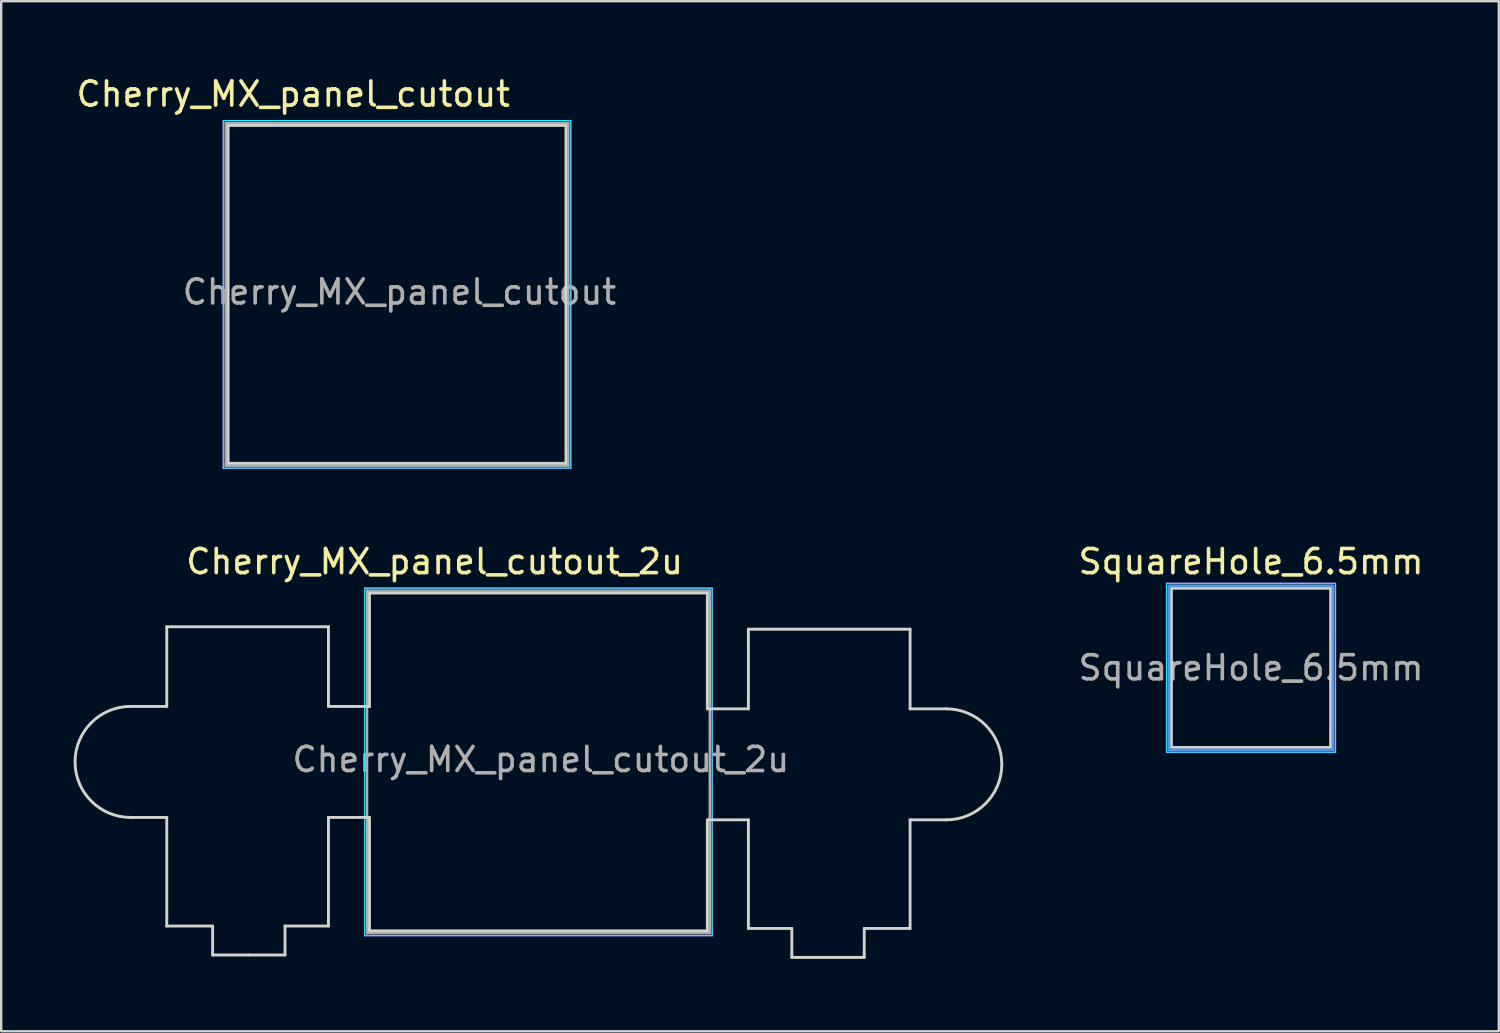
<source format=kicad_pcb>
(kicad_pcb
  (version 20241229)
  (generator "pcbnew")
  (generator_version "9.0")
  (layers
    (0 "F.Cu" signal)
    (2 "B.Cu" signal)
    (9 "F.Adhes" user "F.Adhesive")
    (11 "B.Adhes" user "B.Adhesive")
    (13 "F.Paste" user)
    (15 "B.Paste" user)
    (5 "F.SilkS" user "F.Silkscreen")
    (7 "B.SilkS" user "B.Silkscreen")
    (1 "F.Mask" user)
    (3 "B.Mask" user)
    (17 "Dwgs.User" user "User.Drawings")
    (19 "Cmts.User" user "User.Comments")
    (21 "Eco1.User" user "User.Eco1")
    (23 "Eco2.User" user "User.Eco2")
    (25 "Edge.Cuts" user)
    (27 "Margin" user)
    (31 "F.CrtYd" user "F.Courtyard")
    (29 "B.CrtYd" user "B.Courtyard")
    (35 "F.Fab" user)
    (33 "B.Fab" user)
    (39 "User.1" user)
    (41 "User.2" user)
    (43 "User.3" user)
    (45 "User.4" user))
  (footprint "Cherry_MX_panel_cutout"
    (layer "F.Cu")
    (at 13.401 9.148)
    (property "Reference" "Cherry_MX_panel_cutout" (at -4.3 -8.3 0) (unlocked yes) (layer "F.SilkS") (effects (font (size 1 1) (thickness 0.15))))
    (fp_line (start -7 -7) (end 7 -7) (stroke (width 0.12) (type solid)) (layer "Edge.Cuts"))
    (fp_line (start -7 7) (end -7 -7) (stroke (width 0.12) (type solid)) (layer "Edge.Cuts"))
    (fp_line (start 7 -7) (end 7 7) (stroke (width 0.12) (type solid)) (layer "Edge.Cuts"))
    (fp_line (start 7 7) (end -7 7) (stroke (width 0.12) (type solid)) (layer "Edge.Cuts"))
    (fp_line (start -7.2 -7.2) (end 7.2 -7.2) (stroke (width 0.05) (type solid)) (layer "B.CrtYd"))
    (fp_line (start -7.2 7.2) (end -7.2 -7.2) (stroke (width 0.05) (type solid)) (layer "B.CrtYd"))
    (fp_line (start 7.2 -7.2) (end 7.2 7.2) (stroke (width 0.05) (type solid)) (layer "B.CrtYd"))
    (fp_line (start 7.2 7.2) (end -7.2 7.2) (stroke (width 0.05) (type solid)) (layer "B.CrtYd"))
    (fp_line (start -7.2 -7.2) (end 7.2 -7.2) (stroke (width 0.05) (type solid)) (layer "F.CrtYd"))
    (fp_line (start -7.2 7.2) (end -7.2 -7.2) (stroke (width 0.05) (type solid)) (layer "F.CrtYd"))
    (fp_line (start 7.2 -7.2) (end 7.2 7.2) (stroke (width 0.05) (type solid)) (layer "F.CrtYd"))
    (fp_line (start 7.2 7.2) (end -7.2 7.2) (stroke (width 0.05) (type solid)) (layer "F.CrtYd"))
    (fp_line (start -7.1 -7.1) (end 7.1 -7.1) (stroke (width 0.1) (type solid)) (layer "F.Fab"))
    (fp_line (start -7.1 7.1) (end -7.1 -7.1) (stroke (width 0.1) (type solid)) (layer "F.Fab"))
    (fp_line (start 7.1 -7.1) (end 7.1 7.1) (stroke (width 0.1) (type solid)) (layer "F.Fab"))
    (fp_line (start 7.1 7.1) (end -7.1 7.1) (stroke (width 0.1) (type solid)) (layer "F.Fab"))
    (fp_text user "${REFERENCE}" (at 0.1 -0.1 0) (unlocked yes) (layer "F.Fab") (effects (font (size 1 1) (thickness 0.15)))))
  (footprint "Cherry_MX_panel_cutout_2u"
    (layer "F.Cu")
    (at 19.26 28.521)
    (property "Reference" "Cherry_MX_panel_cutout_2u" (at -4.3 -8.3 0) (unlocked yes) (layer "F.SilkS") (effects (font (size 1 1) (thickness 0.15))))
    (fp_line (start -15.4 -5.6) (end -8.7 -5.6) (stroke (width 0.12) (type solid)) (layer "Edge.Cuts"))
    (fp_line (start -15.4 -2.3) (end -16.9 -2.3) (stroke (width 0.12) (type solid)) (layer "Edge.Cuts"))
    (fp_line (start -15.4 -2.3) (end -15.4 -5.6) (stroke (width 0.12) (type solid)) (layer "Edge.Cuts"))
    (fp_line (start -15.4 2.3) (end -16.9 2.3) (stroke (width 0.12) (type solid)) (layer "Edge.Cuts"))
    (fp_line (start -15.4 6.8) (end -15.4 2.3) (stroke (width 0.12) (type solid)) (layer "Edge.Cuts"))
    (fp_line (start -13.5 6.8) (end -15.4 6.8) (stroke (width 0.12) (type solid)) (layer "Edge.Cuts"))
    (fp_line (start -13.5 8) (end -13.5 6.8) (stroke (width 0.12) (type solid)) (layer "Edge.Cuts"))
    (fp_line (start -12 8) (end -13.5 8) (stroke (width 0.12) (type solid)) (layer "Edge.Cuts"))
    (fp_line (start -12 8) (end -10.5 8) (stroke (width 0.12) (type solid)) (layer "Edge.Cuts"))
    (fp_line (start -10.5 6.8) (end -8.7 6.8) (stroke (width 0.12) (type solid)) (layer "Edge.Cuts"))
    (fp_line (start -10.5 8) (end -10.5 6.8) (stroke (width 0.12) (type solid)) (layer "Edge.Cuts"))
    (fp_line (start -8.7 -5.6) (end -8.7 -2.3) (stroke (width 0.12) (type solid)) (layer "Edge.Cuts"))
    (fp_line (start -8.7 6.8) (end -8.7 2.3) (stroke (width 0.12) (type solid)) (layer "Edge.Cuts"))
    (fp_line (start -7 -7) (end 7 -7) (stroke (width 0.12) (type solid)) (layer "Edge.Cuts"))
    (fp_line (start -7 -2.3) (end -8.7 -2.3) (stroke (width 0.12) (type solid)) (layer "Edge.Cuts"))
    (fp_line (start -7 -2.3) (end -7 -7) (stroke (width 0.12) (type solid)) (layer "Edge.Cuts"))
    (fp_line (start -7 2.3) (end -8.7 2.3) (stroke (width 0.12) (type solid)) (layer "Edge.Cuts"))
    (fp_line (start -7 2.3) (end -7 7) (stroke (width 0.12) (type solid)) (layer "Edge.Cuts"))
    (fp_line (start 7 -7) (end 7 -2.2) (stroke (width 0.12) (type solid)) (layer "Edge.Cuts"))
    (fp_line (start 7 2.4) (end 7 7) (stroke (width 0.12) (type solid)) (layer "Edge.Cuts"))
    (fp_line (start 7 7) (end -7 7) (stroke (width 0.12) (type solid)) (layer "Edge.Cuts"))
    (fp_line (start 8.7 -5.5) (end 8.7 -2.2) (stroke (width 0.12) (type solid)) (layer "Edge.Cuts"))
    (fp_line (start 8.7 -2.2) (end 7 -2.2) (stroke (width 0.12) (type solid)) (layer "Edge.Cuts"))
    (fp_line (start 8.7 2.4) (end 7 2.4) (stroke (width 0.12) (type solid)) (layer "Edge.Cuts"))
    (fp_line (start 8.7 6.9) (end 8.7 2.4) (stroke (width 0.12) (type solid)) (layer "Edge.Cuts"))
    (fp_line (start 10.5 6.9) (end 8.7 6.9) (stroke (width 0.12) (type solid)) (layer "Edge.Cuts"))
    (fp_line (start 10.5 8.1) (end 10.5 6.9) (stroke (width 0.12) (type solid)) (layer "Edge.Cuts"))
    (fp_line (start 12 8.1) (end 10.5 8.1) (stroke (width 0.12) (type solid)) (layer "Edge.Cuts"))
    (fp_line (start 12 8.1) (end 13.5 8.1) (stroke (width 0.12) (type solid)) (layer "Edge.Cuts"))
    (fp_line (start 13.5 6.9) (end 15.4 6.9) (stroke (width 0.12) (type solid)) (layer "Edge.Cuts"))
    (fp_line (start 13.5 8.1) (end 13.5 6.9) (stroke (width 0.12) (type solid)) (layer "Edge.Cuts"))
    (fp_line (start 15.4 -5.5) (end 8.7 -5.5) (stroke (width 0.12) (type solid)) (layer "Edge.Cuts"))
    (fp_line (start 15.4 -2.2) (end 15.4 -5.5) (stroke (width 0.12) (type solid)) (layer "Edge.Cuts"))
    (fp_line (start 15.4 -2.2) (end 16.9 -2.2) (stroke (width 0.12) (type solid)) (layer "Edge.Cuts"))
    (fp_line (start 15.4 2.4) (end 16.9 2.4) (stroke (width 0.12) (type solid)) (layer "Edge.Cuts"))
    (fp_line (start 15.4 6.9) (end 15.4 2.4) (stroke (width 0.12) (type solid)) (layer "Edge.Cuts"))
    (fp_arc (start -16.9 2.3) (mid -19.2 0) (end -16.9 -2.3) (stroke (width 0.12) (type solid)) (layer "Edge.Cuts"))
    (fp_arc (start 16.9 -2.2) (mid 19.2 0.1) (end 16.9 2.4) (stroke (width 0.12) (type solid)) (layer "Edge.Cuts"))
    (fp_line (start -7.2 -7.2) (end 7.2 -7.2) (stroke (width 0.05) (type solid)) (layer "B.CrtYd"))
    (fp_line (start -7.2 7.2) (end -7.2 -7.2) (stroke (width 0.05) (type solid)) (layer "B.CrtYd"))
    (fp_line (start 7.2 -7.2) (end 7.2 7.2) (stroke (width 0.05) (type solid)) (layer "B.CrtYd"))
    (fp_line (start 7.2 7.2) (end -7.2 7.2) (stroke (width 0.05) (type solid)) (layer "B.CrtYd"))
    (fp_line (start -7.2 -7.2) (end 7.2 -7.2) (stroke (width 0.05) (type solid)) (layer "F.CrtYd"))
    (fp_line (start -7.2 7.2) (end -7.2 -7.2) (stroke (width 0.05) (type solid)) (layer "F.CrtYd"))
    (fp_line (start 7.2 -7.2) (end 7.2 7.2) (stroke (width 0.05) (type solid)) (layer "F.CrtYd"))
    (fp_line (start 7.2 7.2) (end -7.2 7.2) (stroke (width 0.05) (type solid)) (layer "F.CrtYd"))
    (fp_line (start -7.1 -7.1) (end 7.1 -7.1) (stroke (width 0.1) (type solid)) (layer "F.Fab"))
    (fp_line (start -7.1 7.1) (end -7.1 -7.1) (stroke (width 0.1) (type solid)) (layer "F.Fab"))
    (fp_line (start 7.1 -7.1) (end 7.1 7.1) (stroke (width 0.1) (type solid)) (layer "F.Fab"))
    (fp_line (start 7.1 7.1) (end -7.1 7.1) (stroke (width 0.1) (type solid)) (layer "F.Fab"))
    (fp_text user "${REFERENCE}" (at 0.1 -0.1 0) (unlocked yes) (layer "F.Fab") (effects (font (size 1 1) (thickness 0.15)))))
  (footprint "SquareHole_6.5mm"
    (layer "F.Cu")
    (at 48.788 24.622)
    (property "Reference" "SquareHole_6.5mm" (at 0 -4.4 0) (layer "F.SilkS") (effects (font (size 1 1) (thickness 0.15))))
    (attr exclude_from_pos_files)
    (fp_rect (start 3.4 -3.4) (end -3.4 3.4) (stroke (width 0.12) (type solid)) (fill no) (layer "Cmts.User"))
    (fp_rect (start -3.3 3.3) (end 3.3 -3.3) (stroke (width 0.12) (type solid)) (fill no) (layer "Edge.Cuts"))
    (fp_rect (start 3.5 -3.5) (end -3.5 3.5) (stroke (width 0.05) (type solid)) (fill no) (layer "B.CrtYd"))
    (fp_rect (start -3.5 3.5) (end 3.5 -3.5) (stroke (width 0.05) (type solid)) (fill no) (layer "F.CrtYd"))
    (fp_text user "${REFERENCE}" (at 0 0 0) (layer "F.Fab") (effects (font (size 1 1) (thickness 0.15)))))
  (gr_rect
    (start -3 -3)
    (end 59.056 39.681)
    (stroke (width 0.1) (type default))
    (fill no)
    (layer "Edge.Cuts")))
</source>
